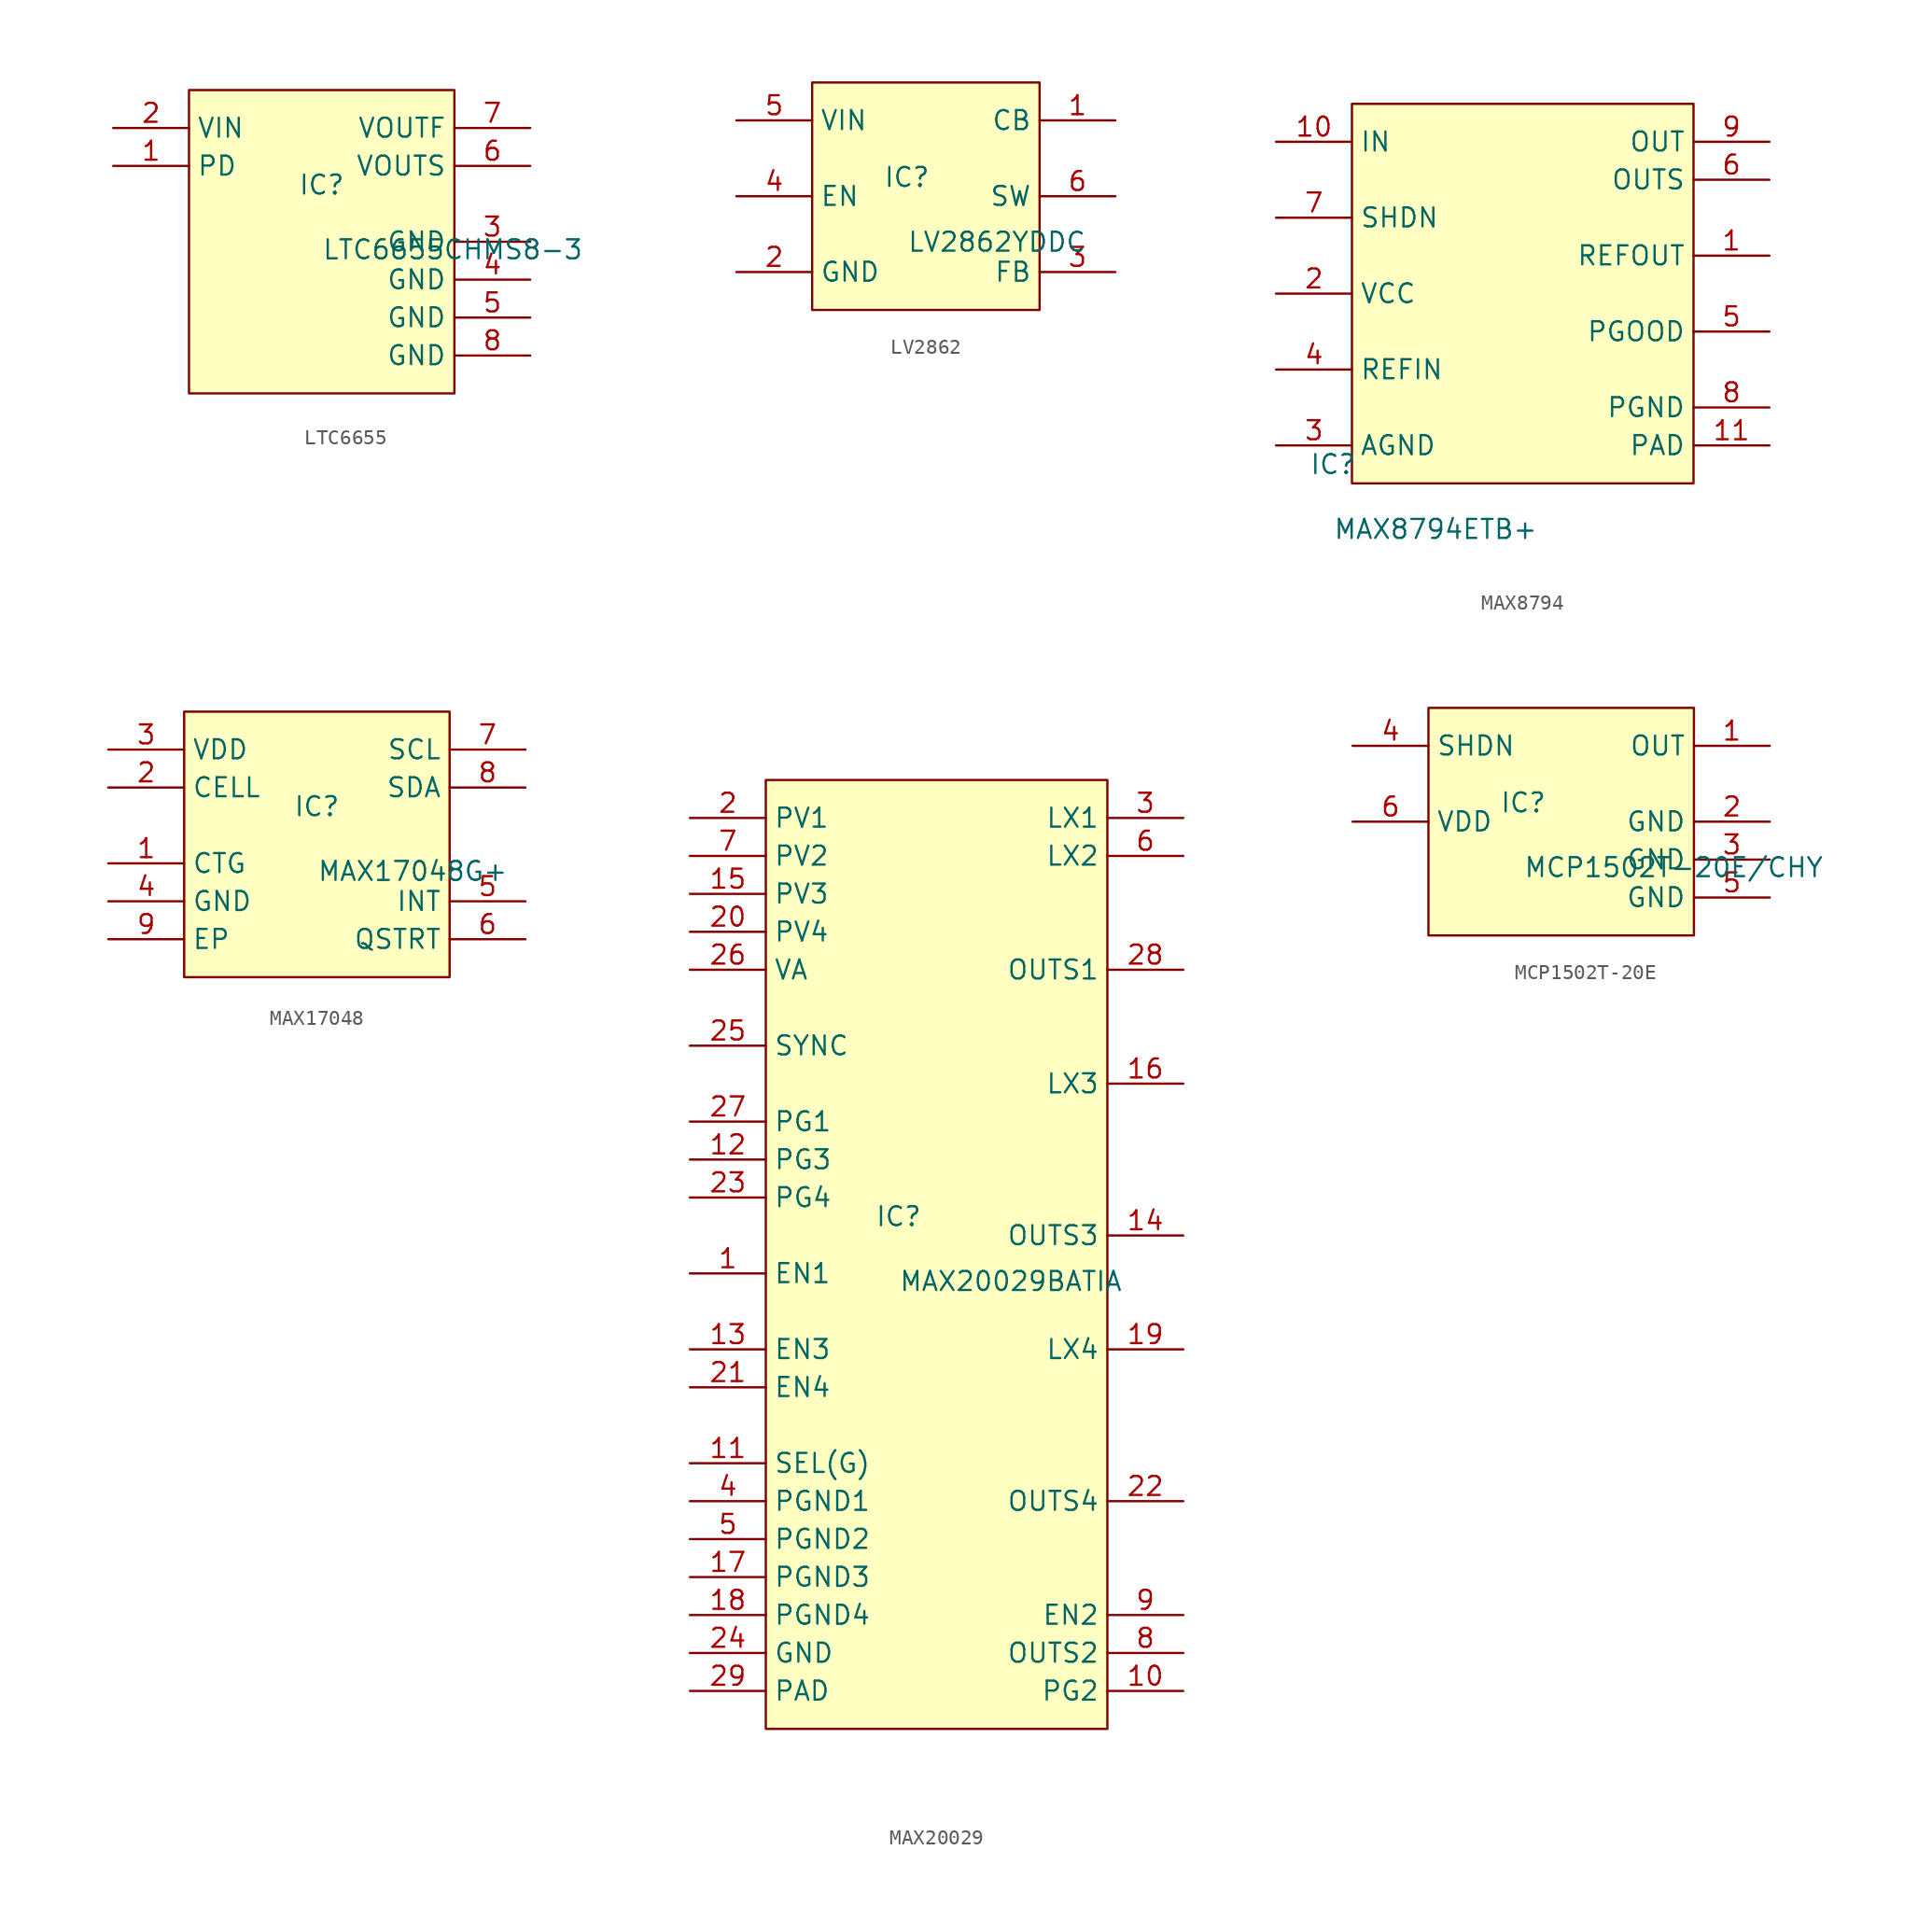
<source format=kicad_sym>
(kicad_symbol_lib
  (version 20231120)
  (generator "kicad_symbol_editor")
  (generator_version "8.0")
  (symbol "LTC6655"
    (property "Reference" "IC"
      (at -1.27 1.27 0)
      (effects (font (size 1.27 1.27))))
    (property "Value" "LTC6655CHMS8-3"
      (at -1.27 -3.81 0)
      (effects (font (size 1.27 1.27)) (justify left bottom)))
    (symbol "LTC6655_1_0"
      (rectangle (start -10.16 7.62) (end 7.62 -12.7) (stroke (width 0) (type solid) (color 128 0 0 1)) (fill (type background)))
      (pin input line (at -15.24 2.54 0) (length 5.08) (name "PD" (effects (font (size 1.27 1.27)))) (number "1" (effects (font (size 1.27 1.27)))))
      (pin passive line (at -15.24 5.08 0) (length 5.08) (name "VIN" (effects (font (size 1.27 1.27)))) (number "2" (effects (font (size 1.27 1.27)))))
      (pin passive line (at 12.7 -2.54 180) (length 5.08) (name "GND" (effects (font (size 1.27 1.27)))) (number "3" (effects (font (size 1.27 1.27)))))
      (pin passive line (at 12.7 -5.08 180) (length 5.08) (name "GND" (effects (font (size 1.27 1.27)))) (number "4" (effects (font (size 1.27 1.27)))))
      (pin passive line (at 12.7 -7.62 180) (length 5.08) (name "GND" (effects (font (size 1.27 1.27)))) (number "5" (effects (font (size 1.27 1.27)))))
      (pin passive line (at 12.7 2.54 180) (length 5.08) (name "VOUTS" (effects (font (size 1.27 1.27)))) (number "6" (effects (font (size 1.27 1.27)))))
      (pin passive line (at 12.7 5.08 180) (length 5.08) (name "VOUTF" (effects (font (size 1.27 1.27)))) (number "7" (effects (font (size 1.27 1.27)))))
      (pin passive line (at 12.7 -10.16 180) (length 5.08) (name "GND" (effects (font (size 1.27 1.27)))) (number "8" (effects (font (size 1.27 1.27)))))))
  (symbol "LV2862"
    (property "Reference" "IC"
      (at -1.27 1.27 0)
      (effects (font (size 1.27 1.27))))
    (property "Value" "LV2862YDDC"
      (at -1.27 -3.81 0)
      (effects (font (size 1.27 1.27)) (justify left bottom)))
    (symbol "LV2862_1_0"
      (rectangle (start -7.62 7.62) (end 7.62 -7.62) (stroke (width 0) (type solid) (color 128 0 0 1)) (fill (type background)))
      (pin passive line (at 12.7 5.08 180) (length 5.08) (name "CB" (effects (font (size 1.27 1.27)))) (number "1" (effects (font (size 1.27 1.27)))))
      (pin passive line (at -12.7 -5.08 0) (length 5.08) (name "GND" (effects (font (size 1.27 1.27)))) (number "2" (effects (font (size 1.27 1.27)))))
      (pin passive line (at 12.7 -5.08 180) (length 5.08) (name "FB" (effects (font (size 1.27 1.27)))) (number "3" (effects (font (size 1.27 1.27)))))
      (pin passive line (at -12.7 0 0) (length 5.08) (name "EN" (effects (font (size 1.27 1.27)))) (number "4" (effects (font (size 1.27 1.27)))))
      (pin passive line (at -12.7 5.08 0) (length 5.08) (name "VIN" (effects (font (size 1.27 1.27)))) (number "5" (effects (font (size 1.27 1.27)))))
      (pin passive line (at 12.7 0 180) (length 5.08) (name "SW" (effects (font (size 1.27 1.27)))) (number "6" (effects (font (size 1.27 1.27)))))))
  (symbol "MAX8794"
    (property "Reference" "IC"
      (at -1.27 1.27 0)
      (effects (font (size 1.27 1.27))))
    (property "Value" "MAX8794ETB+"
      (at -1.27 -3.81 0)
      (effects (font (size 1.27 1.27)) (justify left bottom)))
    (symbol "MAX8794_1_0"
      (rectangle (start 0 25.4) (end 22.86 0) (stroke (width 0) (type solid) (color 128 0 0 1)) (fill (type background)))
      (pin passive line (at 27.94 15.24 180) (length 5.08) (name "REFOUT" (effects (font (size 1.27 1.27)))) (number "1" (effects (font (size 1.27 1.27)))))
      (pin passive line (at -5.08 22.86 0) (length 5.08) (name "IN" (effects (font (size 1.27 1.27)))) (number "10" (effects (font (size 1.27 1.27)))))
      (pin passive line (at 27.94 2.54 180) (length 5.08) (name "PAD" (effects (font (size 1.27 1.27)))) (number "11" (effects (font (size 1.27 1.27)))))
      (pin passive line (at -5.08 12.7 0) (length 5.08) (name "VCC" (effects (font (size 1.27 1.27)))) (number "2" (effects (font (size 1.27 1.27)))))
      (pin passive line (at -5.08 2.54 0) (length 5.08) (name "AGND" (effects (font (size 1.27 1.27)))) (number "3" (effects (font (size 1.27 1.27)))))
      (pin passive line (at -5.08 7.62 0) (length 5.08) (name "REFIN" (effects (font (size 1.27 1.27)))) (number "4" (effects (font (size 1.27 1.27)))))
      (pin output line (at 27.94 10.16 180) (length 5.08) (name "PGOOD" (effects (font (size 1.27 1.27)))) (number "5" (effects (font (size 1.27 1.27)))))
      (pin passive line (at 27.94 20.32 180) (length 5.08) (name "OUTS" (effects (font (size 1.27 1.27)))) (number "6" (effects (font (size 1.27 1.27)))))
      (pin input line (at -5.08 17.78 0) (length 5.08) (name "SHDN" (effects (font (size 1.27 1.27)))) (number "7" (effects (font (size 1.27 1.27)))))
      (pin passive line (at 27.94 5.08 180) (length 5.08) (name "PGND" (effects (font (size 1.27 1.27)))) (number "8" (effects (font (size 1.27 1.27)))))
      (pin passive line (at 27.94 22.86 180) (length 5.08) (name "OUT" (effects (font (size 1.27 1.27)))) (number "9" (effects (font (size 1.27 1.27)))))))
  (symbol "MAX17048"
    (property "Reference" "IC"
      (at -1.27 1.27 0)
      (effects (font (size 1.27 1.27))))
    (property "Value" "MAX17048G+"
      (at -1.27 -3.81 0)
      (effects (font (size 1.27 1.27)) (justify left bottom)))
    (symbol "MAX17048_1_0"
      (rectangle (start -10.16 7.62) (end 7.62 -10.16) (stroke (width 0) (type solid) (color 128 0 0 1)) (fill (type background)))
      (pin passive line (at -15.24 -2.54 0) (length 5.08) (name "CTG" (effects (font (size 1.27 1.27)))) (number "1" (effects (font (size 1.27 1.27)))))
      (pin passive line (at -15.24 2.54 0) (length 5.08) (name "CELL" (effects (font (size 1.27 1.27)))) (number "2" (effects (font (size 1.27 1.27)))))
      (pin passive line (at -15.24 5.08 0) (length 5.08) (name "VDD" (effects (font (size 1.27 1.27)))) (number "3" (effects (font (size 1.27 1.27)))))
      (pin passive line (at -15.24 -5.08 0) (length 5.08) (name "GND" (effects (font (size 1.27 1.27)))) (number "4" (effects (font (size 1.27 1.27)))))
      (pin output line (at 12.7 -5.08 180) (length 5.08) (name "INT" (effects (font (size 1.27 1.27)))) (number "5" (effects (font (size 1.27 1.27)))))
      (pin input line (at 12.7 -7.62 180) (length 5.08) (name "QSTRT" (effects (font (size 1.27 1.27)))) (number "6" (effects (font (size 1.27 1.27)))))
      (pin input line (at 12.7 5.08 180) (length 5.08) (name "SCL" (effects (font (size 1.27 1.27)))) (number "7" (effects (font (size 1.27 1.27)))))
      (pin bidirectional line (at 12.7 2.54 180) (length 5.08) (name "SDA" (effects (font (size 1.27 1.27)))) (number "8" (effects (font (size 1.27 1.27)))))
      (pin passive line (at -15.24 -7.62 0) (length 5.08) (name "EP" (effects (font (size 1.27 1.27)))) (number "9" (effects (font (size 1.27 1.27)))))))
  (symbol "MAX20029"
    (property "Reference" "IC"
      (at -1.27 1.27 0)
      (effects (font (size 1.27 1.27))))
    (property "Value" "MAX20029BATIA"
      (at -1.27 -3.81 0)
      (effects (font (size 1.27 1.27)) (justify left bottom)))
    (symbol "MAX20029_1_0"
      (rectangle (start -10.16 30.48) (end 12.7 -33.02) (stroke (width 0) (type solid) (color 128 0 0 1)) (fill (type background)))
      (pin input line (at -15.24 -2.54 0) (length 5.08) (name "EN1" (effects (font (size 1.27 1.27)))) (number "1" (effects (font (size 1.27 1.27)))))
      (pin output line (at 17.78 -30.48 180) (length 5.08) (name "PG2" (effects (font (size 1.27 1.27)))) (number "10" (effects (font (size 1.27 1.27)))))
      (pin passive line (at -15.24 -15.24 0) (length 5.08) (name "SEL(G)" (effects (font (size 1.27 1.27)))) (number "11" (effects (font (size 1.27 1.27)))))
      (pin output line (at -15.24 5.08 0) (length 5.08) (name "PG3" (effects (font (size 1.27 1.27)))) (number "12" (effects (font (size 1.27 1.27)))))
      (pin input line (at -15.24 -7.62 0) (length 5.08) (name "EN3" (effects (font (size 1.27 1.27)))) (number "13" (effects (font (size 1.27 1.27)))))
      (pin passive line (at 17.78 0 180) (length 5.08) (name "OUTS3" (effects (font (size 1.27 1.27)))) (number "14" (effects (font (size 1.27 1.27)))))
      (pin passive line (at -15.24 22.86 0) (length 5.08) (name "PV3" (effects (font (size 1.27 1.27)))) (number "15" (effects (font (size 1.27 1.27)))))
      (pin passive line (at 17.78 10.16 180) (length 5.08) (name "LX3" (effects (font (size 1.27 1.27)))) (number "16" (effects (font (size 1.27 1.27)))))
      (pin passive line (at -15.24 -22.86 0) (length 5.08) (name "PGND3" (effects (font (size 1.27 1.27)))) (number "17" (effects (font (size 1.27 1.27)))))
      (pin passive line (at -15.24 -25.4 0) (length 5.08) (name "PGND4" (effects (font (size 1.27 1.27)))) (number "18" (effects (font (size 1.27 1.27)))))
      (pin passive line (at 17.78 -7.62 180) (length 5.08) (name "LX4" (effects (font (size 1.27 1.27)))) (number "19" (effects (font (size 1.27 1.27)))))
      (pin passive line (at -15.24 27.94 0) (length 5.08) (name "PV1" (effects (font (size 1.27 1.27)))) (number "2" (effects (font (size 1.27 1.27)))))
      (pin passive line (at -15.24 20.32 0) (length 5.08) (name "PV4" (effects (font (size 1.27 1.27)))) (number "20" (effects (font (size 1.27 1.27)))))
      (pin input line (at -15.24 -10.16 0) (length 5.08) (name "EN4" (effects (font (size 1.27 1.27)))) (number "21" (effects (font (size 1.27 1.27)))))
      (pin passive line (at 17.78 -17.78 180) (length 5.08) (name "OUTS4" (effects (font (size 1.27 1.27)))) (number "22" (effects (font (size 1.27 1.27)))))
      (pin output line (at -15.24 2.54 0) (length 5.08) (name "PG4" (effects (font (size 1.27 1.27)))) (number "23" (effects (font (size 1.27 1.27)))))
      (pin passive line (at -15.24 -27.94 0) (length 5.08) (name "GND" (effects (font (size 1.27 1.27)))) (number "24" (effects (font (size 1.27 1.27)))))
      (pin input line (at -15.24 12.7 0) (length 5.08) (name "SYNC" (effects (font (size 1.27 1.27)))) (number "25" (effects (font (size 1.27 1.27)))))
      (pin passive line (at -15.24 17.78 0) (length 5.08) (name "VA" (effects (font (size 1.27 1.27)))) (number "26" (effects (font (size 1.27 1.27)))))
      (pin output line (at -15.24 7.62 0) (length 5.08) (name "PG1" (effects (font (size 1.27 1.27)))) (number "27" (effects (font (size 1.27 1.27)))))
      (pin passive line (at 17.78 17.78 180) (length 5.08) (name "OUTS1" (effects (font (size 1.27 1.27)))) (number "28" (effects (font (size 1.27 1.27)))))
      (pin passive line (at -15.24 -30.48 0) (length 5.08) (name "PAD" (effects (font (size 1.27 1.27)))) (number "29" (effects (font (size 1.27 1.27)))))
      (pin passive line (at 17.78 27.94 180) (length 5.08) (name "LX1" (effects (font (size 1.27 1.27)))) (number "3" (effects (font (size 1.27 1.27)))))
      (pin passive line (at -15.24 -17.78 0) (length 5.08) (name "PGND1" (effects (font (size 1.27 1.27)))) (number "4" (effects (font (size 1.27 1.27)))))
      (pin passive line (at -15.24 -20.32 0) (length 5.08) (name "PGND2" (effects (font (size 1.27 1.27)))) (number "5" (effects (font (size 1.27 1.27)))))
      (pin passive line (at 17.78 25.4 180) (length 5.08) (name "LX2" (effects (font (size 1.27 1.27)))) (number "6" (effects (font (size 1.27 1.27)))))
      (pin passive line (at -15.24 25.4 0) (length 5.08) (name "PV2" (effects (font (size 1.27 1.27)))) (number "7" (effects (font (size 1.27 1.27)))))
      (pin passive line (at 17.78 -27.94 180) (length 5.08) (name "OUTS2" (effects (font (size 1.27 1.27)))) (number "8" (effects (font (size 1.27 1.27)))))
      (pin input line (at 17.78 -25.4 180) (length 5.08) (name "EN2" (effects (font (size 1.27 1.27)))) (number "9" (effects (font (size 1.27 1.27)))))))
  (symbol "MCP1502T-20E"
    (property "Reference" "IC"
      (at -1.27 1.27 0)
      (effects (font (size 1.27 1.27))))
    (property "Value" "MCP1502T-20E/CHY"
      (at -1.27 -3.81 0)
      (effects (font (size 1.27 1.27)) (justify left bottom)))
    (symbol "MCP1502T-20E_1_0"
      (rectangle (start -7.62 7.62) (end 10.16 -7.62) (stroke (width 0) (type solid) (color 128 0 0 1)) (fill (type background)))
      (pin passive line (at 15.24 5.08 180) (length 5.08) (name "OUT" (effects (font (size 1.27 1.27)))) (number "1" (effects (font (size 1.27 1.27)))))
      (pin passive line (at 15.24 0 180) (length 5.08) (name "GND" (effects (font (size 1.27 1.27)))) (number "2" (effects (font (size 1.27 1.27)))))
      (pin passive line (at 15.24 -2.54 180) (length 5.08) (name "GND" (effects (font (size 1.27 1.27)))) (number "3" (effects (font (size 1.27 1.27)))))
      (pin input line (at -12.7 5.08 0) (length 5.08) (name "SHDN" (effects (font (size 1.27 1.27)))) (number "4" (effects (font (size 1.27 1.27)))))
      (pin passive line (at 15.24 -5.08 180) (length 5.08) (name "GND" (effects (font (size 1.27 1.27)))) (number "5" (effects (font (size 1.27 1.27)))))
      (pin passive line (at -12.7 0 0) (length 5.08) (name "VDD" (effects (font (size 1.27 1.27)))) (number "6" (effects (font (size 1.27 1.27))))))))
</source>
